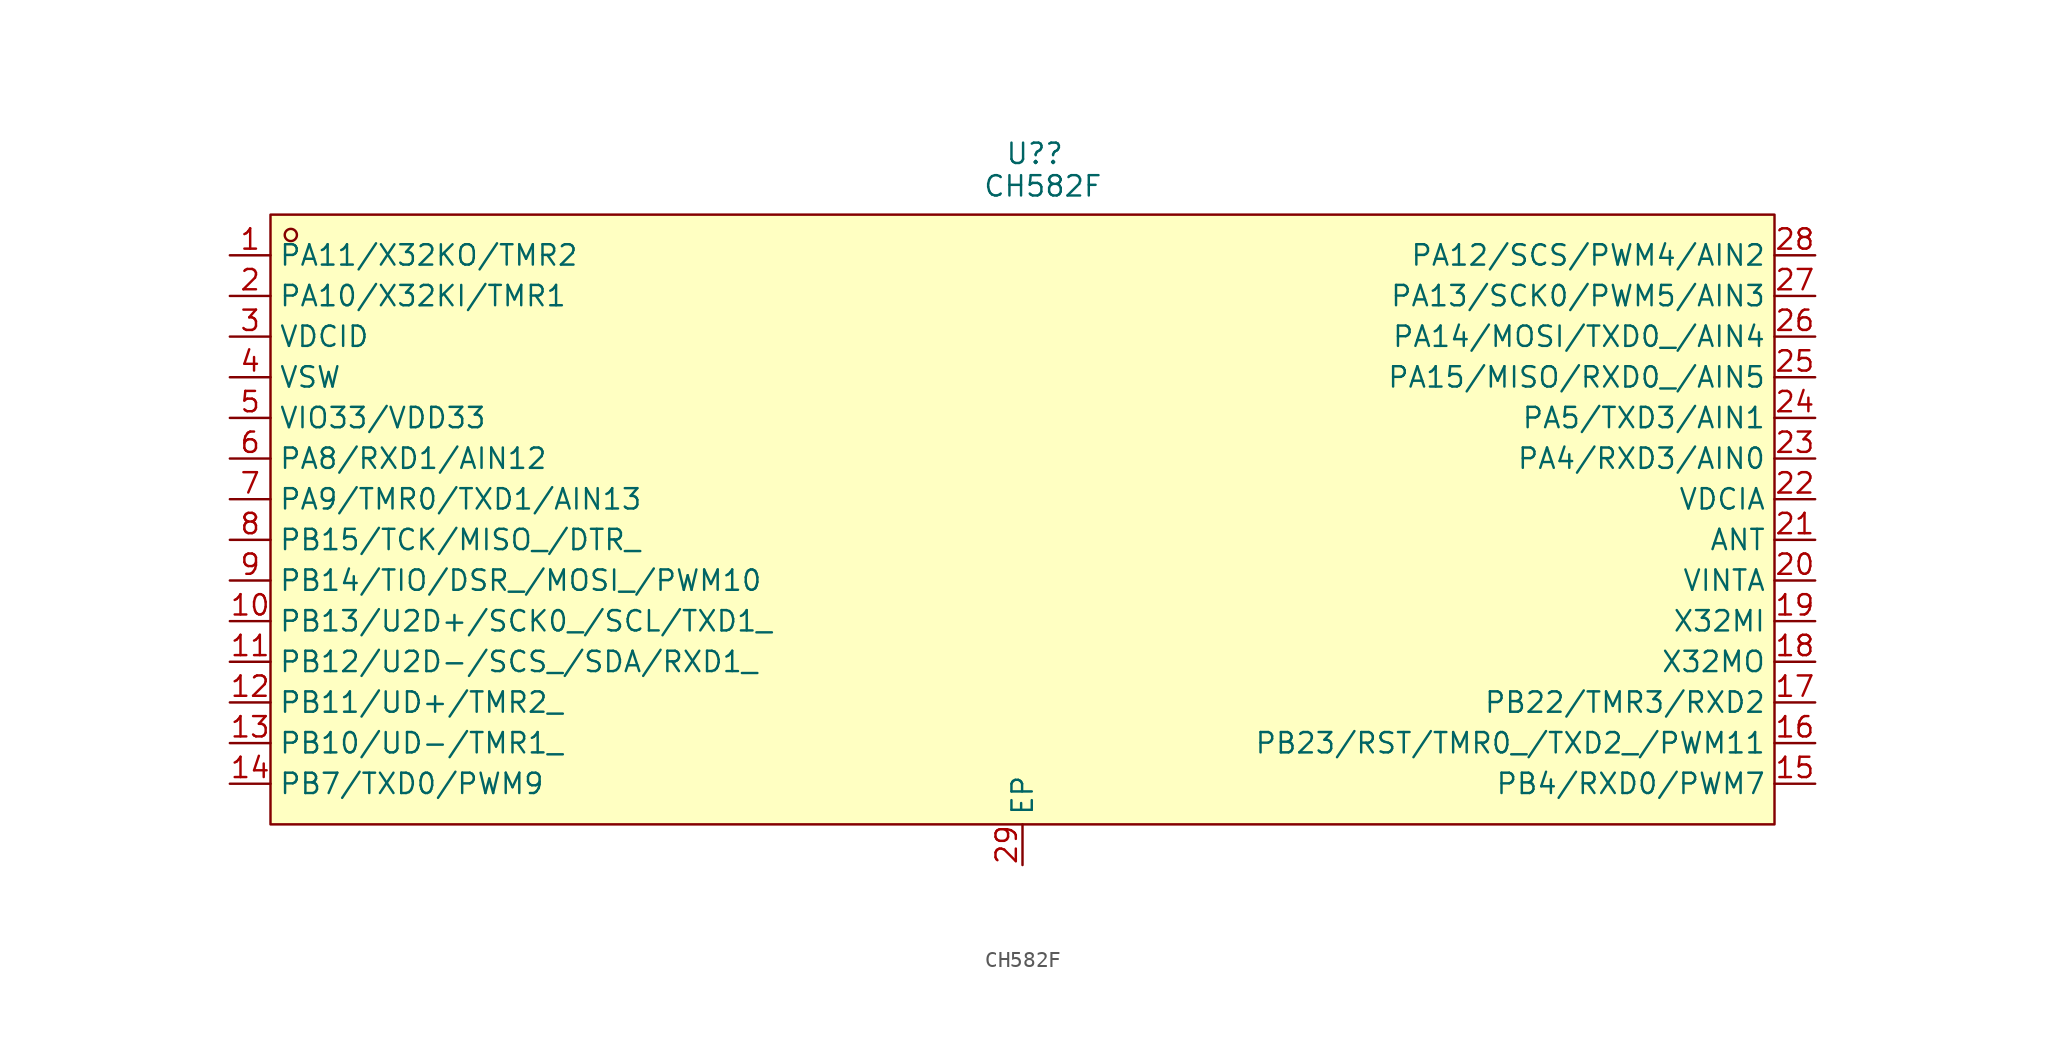
<source format=kicad_sym>
(kicad_symbol_lib
  (version 20231120)
  (generator "kicad_symbol_editor")
  (generator_version "8.0")
  (symbol "CH582F"
    (property "Reference" "U?"
      (at 0.762 24.13 0)
      (effects (font (size 1.27 1.27))))
    (property "Value" "CH582F"
      (at 1.27 22.098 0)
      (effects (font (size 1.27 1.27))))
    (symbol "CH582F_1_0"
      (rectangle (start -46.99 20.32) (end 46.99 -17.78) (stroke (width 0) (type default)) (fill (type background)))
      (circle (center -45.72 19.05) (radius 0.381) (stroke (width 0) (type default)) (fill (type none)))
      (pin unspecified line (at -49.53 17.78 0) (length 2.54) (name "PA11/X32KO/TMR2" (effects (font (size 1.27 1.27)))) (number "1" (effects (font (size 1.27 1.27)))))
      (pin unspecified line (at -49.53 -5.08 0) (length 2.54) (name "PB13/U2D+/SCK0_/SCL/TXD1_" (effects (font (size 1.27 1.27)))) (number "10" (effects (font (size 1.27 1.27)))))
      (pin unspecified line (at -49.53 -7.62 0) (length 2.54) (name "PB12/U2D-/SCS_/SDA/RXD1_" (effects (font (size 1.27 1.27)))) (number "11" (effects (font (size 1.27 1.27)))))
      (pin unspecified line (at -49.53 -10.16 0) (length 2.54) (name "PB11/UD+/TMR2_" (effects (font (size 1.27 1.27)))) (number "12" (effects (font (size 1.27 1.27)))))
      (pin unspecified line (at -49.53 -12.7 0) (length 2.54) (name "PB10/UD-/TMR1_" (effects (font (size 1.27 1.27)))) (number "13" (effects (font (size 1.27 1.27)))))
      (pin unspecified line (at -49.53 -15.24 0) (length 2.54) (name "PB7/TXD0/PWM9" (effects (font (size 1.27 1.27)))) (number "14" (effects (font (size 1.27 1.27)))))
      (pin unspecified line (at 49.53 -15.24 180) (length 2.54) (name "PB4/RXD0/PWM7" (effects (font (size 1.27 1.27)))) (number "15" (effects (font (size 1.27 1.27)))))
      (pin unspecified line (at 49.53 -12.7 180) (length 2.54) (name "PB23/RST/TMR0_/TXD2_/PWM11" (effects (font (size 1.27 1.27)))) (number "16" (effects (font (size 1.27 1.27)))))
      (pin unspecified line (at 49.53 -10.16 180) (length 2.54) (name "PB22/TMR3/RXD2" (effects (font (size 1.27 1.27)))) (number "17" (effects (font (size 1.27 1.27)))))
      (pin unspecified line (at 49.53 -7.62 180) (length 2.54) (name "X32MO" (effects (font (size 1.27 1.27)))) (number "18" (effects (font (size 1.27 1.27)))))
      (pin unspecified line (at 49.53 -5.08 180) (length 2.54) (name "X32MI" (effects (font (size 1.27 1.27)))) (number "19" (effects (font (size 1.27 1.27)))))
      (pin unspecified line (at -49.53 15.24 0) (length 2.54) (name "PA10/X32KI/TMR1" (effects (font (size 1.27 1.27)))) (number "2" (effects (font (size 1.27 1.27)))))
      (pin unspecified line (at 49.53 -2.54 180) (length 2.54) (name "VINTA" (effects (font (size 1.27 1.27)))) (number "20" (effects (font (size 1.27 1.27)))))
      (pin unspecified line (at 49.53 0 180) (length 2.54) (name "ANT" (effects (font (size 1.27 1.27)))) (number "21" (effects (font (size 1.27 1.27)))))
      (pin unspecified line (at 49.53 2.54 180) (length 2.54) (name "VDCIA" (effects (font (size 1.27 1.27)))) (number "22" (effects (font (size 1.27 1.27)))))
      (pin unspecified line (at 49.53 5.08 180) (length 2.54) (name "PA4/RXD3/AIN0" (effects (font (size 1.27 1.27)))) (number "23" (effects (font (size 1.27 1.27)))))
      (pin unspecified line (at 49.53 7.62 180) (length 2.54) (name "PA5/TXD3/AIN1" (effects (font (size 1.27 1.27)))) (number "24" (effects (font (size 1.27 1.27)))))
      (pin unspecified line (at 49.53 10.16 180) (length 2.54) (name "PA15/MISO/RXD0_/AIN5" (effects (font (size 1.27 1.27)))) (number "25" (effects (font (size 1.27 1.27)))))
      (pin unspecified line (at 49.53 12.7 180) (length 2.54) (name "PA14/MOSI/TXD0_/AIN4" (effects (font (size 1.27 1.27)))) (number "26" (effects (font (size 1.27 1.27)))))
      (pin unspecified line (at 49.53 15.24 180) (length 2.54) (name "PA13/SCK0/PWM5/AIN3" (effects (font (size 1.27 1.27)))) (number "27" (effects (font (size 1.27 1.27)))))
      (pin unspecified line (at 49.53 17.78 180) (length 2.54) (name "PA12/SCS/PWM4/AIN2" (effects (font (size 1.27 1.27)))) (number "28" (effects (font (size 1.27 1.27)))))
      (pin unspecified line (at 0 -20.32 90) (length 2.54) (name "EP" (effects (font (size 1.27 1.27)))) (number "29" (effects (font (size 1.27 1.27)))))
      (pin unspecified line (at -49.53 12.7 0) (length 2.54) (name "VDCID" (effects (font (size 1.27 1.27)))) (number "3" (effects (font (size 1.27 1.27)))))
      (pin unspecified line (at -49.53 10.16 0) (length 2.54) (name "VSW" (effects (font (size 1.27 1.27)))) (number "4" (effects (font (size 1.27 1.27)))))
      (pin unspecified line (at -49.53 7.62 0) (length 2.54) (name "VIO33/VDD33" (effects (font (size 1.27 1.27)))) (number "5" (effects (font (size 1.27 1.27)))))
      (pin unspecified line (at -49.53 5.08 0) (length 2.54) (name "PA8/RXD1/AIN12" (effects (font (size 1.27 1.27)))) (number "6" (effects (font (size 1.27 1.27)))))
      (pin unspecified line (at -49.53 2.54 0) (length 2.54) (name "PA9/TMR0/TXD1/AIN13" (effects (font (size 1.27 1.27)))) (number "7" (effects (font (size 1.27 1.27)))))
      (pin unspecified line (at -49.53 0 0) (length 2.54) (name "PB15/TCK/MISO_/DTR_" (effects (font (size 1.27 1.27)))) (number "8" (effects (font (size 1.27 1.27)))))
      (pin unspecified line (at -49.53 -2.54 0) (length 2.54) (name "PB14/TIO/DSR_/MOSI_/PWM10" (effects (font (size 1.27 1.27)))) (number "9" (effects (font (size 1.27 1.27))))))))
</source>
